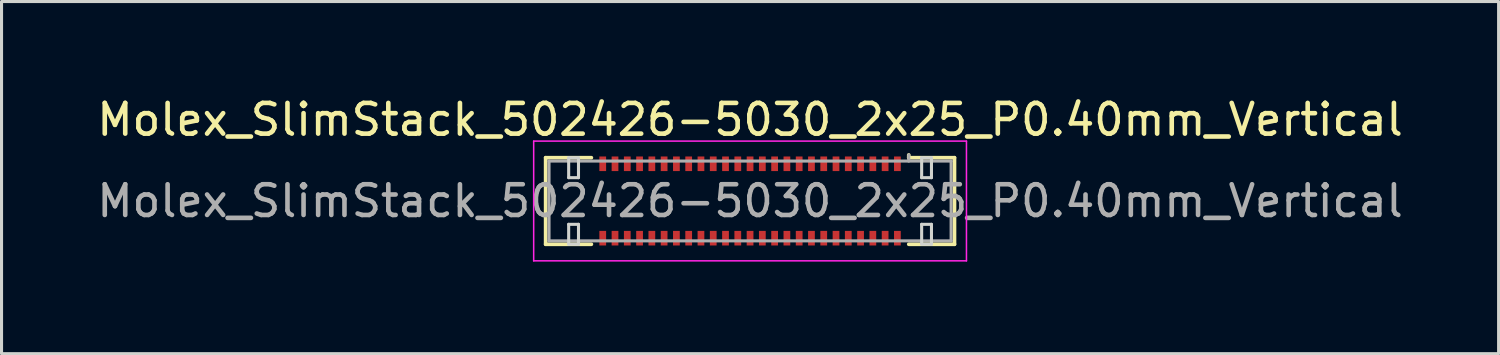
<source format=kicad_pcb>
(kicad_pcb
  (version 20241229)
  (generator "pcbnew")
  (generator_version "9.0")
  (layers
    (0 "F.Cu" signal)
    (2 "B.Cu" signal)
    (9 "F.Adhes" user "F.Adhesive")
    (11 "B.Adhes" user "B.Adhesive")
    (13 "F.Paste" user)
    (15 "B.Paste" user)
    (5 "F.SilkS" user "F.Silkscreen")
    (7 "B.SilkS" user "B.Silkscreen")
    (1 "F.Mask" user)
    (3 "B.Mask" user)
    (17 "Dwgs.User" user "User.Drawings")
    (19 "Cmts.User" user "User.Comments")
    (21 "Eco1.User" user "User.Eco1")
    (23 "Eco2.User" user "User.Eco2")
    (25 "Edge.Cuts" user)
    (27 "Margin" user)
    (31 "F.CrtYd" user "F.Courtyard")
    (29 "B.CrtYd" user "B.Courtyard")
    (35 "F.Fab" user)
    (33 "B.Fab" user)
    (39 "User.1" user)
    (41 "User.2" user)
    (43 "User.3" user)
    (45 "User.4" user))
  (footprint "Molex_SlimStack_502426-5030_2x25_P0.40mm_Vertical"
    (layer "F.Cu")
    (at 21.387 3.498)
    (property "Reference" "Molex_SlimStack_502426-5030_2x25_P0.40mm_Vertical" (at 0 -2.65 0) (layer "F.SilkS") (effects (font (size 1 1) (thickness 0.15))))
    (attr smd)
    (fp_line (start -6.66 -1.41) (end -5.17 -1.41) (stroke (width 0.12) (type solid)) (layer "F.SilkS"))
    (fp_line (start -6.66 1.41) (end -6.66 -1.41) (stroke (width 0.12) (type solid)) (layer "F.SilkS"))
    (fp_line (start -5.17 1.41) (end -6.66 1.41) (stroke (width 0.12) (type solid)) (layer "F.SilkS"))
    (fp_line (start 5.17 -1.41) (end 5.17 -1.5) (stroke (width 0.12) (type solid)) (layer "F.SilkS"))
    (fp_line (start 5.17 1.41) (end 6.66 1.41) (stroke (width 0.12) (type solid)) (layer "F.SilkS"))
    (fp_line (start 6.66 -1.41) (end 5.17 -1.41) (stroke (width 0.12) (type solid)) (layer "F.SilkS"))
    (fp_line (start 6.66 1.41) (end 6.66 -1.41) (stroke (width 0.12) (type solid)) (layer "F.SilkS"))
    (fp_line (start -5.91 -1.41) (end -5.91 -0.76) (stroke (width 0.1) (type solid)) (layer "Edge.Cuts"))
    (fp_line (start -5.91 -0.76) (end -5.59 -0.76) (stroke (width 0.1) (type solid)) (layer "Edge.Cuts"))
    (fp_line (start -5.91 0.76) (end -5.91 1.41) (stroke (width 0.1) (type solid)) (layer "Edge.Cuts"))
    (fp_line (start -5.91 1.41) (end -5.59 1.41) (stroke (width 0.1) (type solid)) (layer "Edge.Cuts"))
    (fp_line (start -5.59 -1.41) (end -5.91 -1.41) (stroke (width 0.1) (type solid)) (layer "Edge.Cuts"))
    (fp_line (start -5.59 -0.76) (end -5.59 -1.41) (stroke (width 0.1) (type solid)) (layer "Edge.Cuts"))
    (fp_line (start -5.59 0.76) (end -5.91 0.76) (stroke (width 0.1) (type solid)) (layer "Edge.Cuts"))
    (fp_line (start -5.59 1.41) (end -5.59 0.76) (stroke (width 0.1) (type solid)) (layer "Edge.Cuts"))
    (fp_line (start 5.59 -1.41) (end 5.59 -0.76) (stroke (width 0.1) (type solid)) (layer "Edge.Cuts"))
    (fp_line (start 5.59 -0.76) (end 5.91 -0.76) (stroke (width 0.1) (type solid)) (layer "Edge.Cuts"))
    (fp_line (start 5.59 0.76) (end 5.59 1.41) (stroke (width 0.1) (type solid)) (layer "Edge.Cuts"))
    (fp_line (start 5.59 1.41) (end 5.91 1.41) (stroke (width 0.1) (type solid)) (layer "Edge.Cuts"))
    (fp_line (start 5.91 -1.41) (end 5.59 -1.41) (stroke (width 0.1) (type solid)) (layer "Edge.Cuts"))
    (fp_line (start 5.91 -0.76) (end 5.91 -1.41) (stroke (width 0.1) (type solid)) (layer "Edge.Cuts"))
    (fp_line (start 5.91 0.76) (end 5.59 0.76) (stroke (width 0.1) (type solid)) (layer "Edge.Cuts"))
    (fp_line (start 5.91 1.41) (end 5.91 0.76) (stroke (width 0.1) (type solid)) (layer "Edge.Cuts"))
    (fp_line (start -7.05 -1.95) (end -7.05 1.95) (stroke (width 0.05) (type solid)) (layer "F.CrtYd"))
    (fp_line (start -7.05 1.95) (end 7.05 1.95) (stroke (width 0.05) (type solid)) (layer "F.CrtYd"))
    (fp_line (start 7.05 -1.95) (end -7.05 -1.95) (stroke (width 0.05) (type solid)) (layer "F.CrtYd"))
    (fp_line (start 7.05 1.95) (end 7.05 -1.95) (stroke (width 0.05) (type solid)) (layer "F.CrtYd"))
    (fp_line (start -6.55 -1.3) (end -6.55 1.3) (stroke (width 0.1) (type solid)) (layer "F.Fab"))
    (fp_line (start -6.55 1.3) (end 6.55 1.3) (stroke (width 0.1) (type solid)) (layer "F.Fab"))
    (fp_line (start 5.17 -1.3) (end 5.17 -1.5) (stroke (width 0.1) (type solid)) (layer "F.Fab"))
    (fp_line (start 6.55 -1.3) (end -6.55 -1.3) (stroke (width 0.1) (type solid)) (layer "F.Fab"))
    (fp_line (start 6.55 1.3) (end 6.55 -1.3) (stroke (width 0.1) (type solid)) (layer "F.Fab"))
    (fp_text user "${REFERENCE}" (at 0 0 0) (layer "F.Fab") (effects (font (size 1 1) (thickness 0.15))))
    (pad "1" smd rect (at 4.8 -1.212) (size 0.22 0.475) (layers "F.Cu" "F.Mask" "F.Paste"))
    (pad "2" smd rect (at 4.8 1.212) (size 0.22 0.475) (layers "F.Cu" "F.Mask" "F.Paste"))
    (pad "3" smd rect (at 4.4 -1.212) (size 0.22 0.475) (layers "F.Cu" "F.Mask" "F.Paste"))
    (pad "4" smd rect (at 4.4 1.212) (size 0.22 0.475) (layers "F.Cu" "F.Mask" "F.Paste"))
    (pad "5" smd rect (at 4 -1.212) (size 0.22 0.475) (layers "F.Cu" "F.Mask" "F.Paste"))
    (pad "6" smd rect (at 4 1.212) (size 0.22 0.475) (layers "F.Cu" "F.Mask" "F.Paste"))
    (pad "7" smd rect (at 3.6 -1.212) (size 0.22 0.475) (layers "F.Cu" "F.Mask" "F.Paste"))
    (pad "8" smd rect (at 3.6 1.212) (size 0.22 0.475) (layers "F.Cu" "F.Mask" "F.Paste"))
    (pad "9" smd rect (at 3.2 -1.212) (size 0.22 0.475) (layers "F.Cu" "F.Mask" "F.Paste"))
    (pad "10" smd rect (at 3.2 1.212) (size 0.22 0.475) (layers "F.Cu" "F.Mask" "F.Paste"))
    (pad "11" smd rect (at 2.8 -1.212) (size 0.22 0.475) (layers "F.Cu" "F.Mask" "F.Paste"))
    (pad "12" smd rect (at 2.8 1.212) (size 0.22 0.475) (layers "F.Cu" "F.Mask" "F.Paste"))
    (pad "13" smd rect (at 2.4 -1.212) (size 0.22 0.475) (layers "F.Cu" "F.Mask" "F.Paste"))
    (pad "14" smd rect (at 2.4 1.212) (size 0.22 0.475) (layers "F.Cu" "F.Mask" "F.Paste"))
    (pad "15" smd rect (at 2 -1.212) (size 0.22 0.475) (layers "F.Cu" "F.Mask" "F.Paste"))
    (pad "16" smd rect (at 2 1.212) (size 0.22 0.475) (layers "F.Cu" "F.Mask" "F.Paste"))
    (pad "17" smd rect (at 1.6 -1.212) (size 0.22 0.475) (layers "F.Cu" "F.Mask" "F.Paste"))
    (pad "18" smd rect (at 1.6 1.212) (size 0.22 0.475) (layers "F.Cu" "F.Mask" "F.Paste"))
    (pad "19" smd rect (at 1.2 -1.212) (size 0.22 0.475) (layers "F.Cu" "F.Mask" "F.Paste"))
    (pad "20" smd rect (at 1.2 1.212) (size 0.22 0.475) (layers "F.Cu" "F.Mask" "F.Paste"))
    (pad "21" smd rect (at 0.8 -1.212) (size 0.22 0.475) (layers "F.Cu" "F.Mask" "F.Paste"))
    (pad "22" smd rect (at 0.8 1.212) (size 0.22 0.475) (layers "F.Cu" "F.Mask" "F.Paste"))
    (pad "23" smd rect (at 0.4 -1.212) (size 0.22 0.475) (layers "F.Cu" "F.Mask" "F.Paste"))
    (pad "24" smd rect (at 0.4 1.212) (size 0.22 0.475) (layers "F.Cu" "F.Mask" "F.Paste"))
    (pad "25" smd rect (at 0 -1.212) (size 0.22 0.475) (layers "F.Cu" "F.Mask" "F.Paste"))
    (pad "26" smd rect (at 0 1.212) (size 0.22 0.475) (layers "F.Cu" "F.Mask" "F.Paste"))
    (pad "27" smd rect (at -0.4 -1.212) (size 0.22 0.475) (layers "F.Cu" "F.Mask" "F.Paste"))
    (pad "28" smd rect (at -0.4 1.212) (size 0.22 0.475) (layers "F.Cu" "F.Mask" "F.Paste"))
    (pad "29" smd rect (at -0.8 -1.212) (size 0.22 0.475) (layers "F.Cu" "F.Mask" "F.Paste"))
    (pad "30" smd rect (at -0.8 1.212) (size 0.22 0.475) (layers "F.Cu" "F.Mask" "F.Paste"))
    (pad "31" smd rect (at -1.2 -1.212) (size 0.22 0.475) (layers "F.Cu" "F.Mask" "F.Paste"))
    (pad "32" smd rect (at -1.2 1.212) (size 0.22 0.475) (layers "F.Cu" "F.Mask" "F.Paste"))
    (pad "33" smd rect (at -1.6 -1.212) (size 0.22 0.475) (layers "F.Cu" "F.Mask" "F.Paste"))
    (pad "34" smd rect (at -1.6 1.212) (size 0.22 0.475) (layers "F.Cu" "F.Mask" "F.Paste"))
    (pad "35" smd rect (at -2 -1.212) (size 0.22 0.475) (layers "F.Cu" "F.Mask" "F.Paste"))
    (pad "36" smd rect (at -2 1.212) (size 0.22 0.475) (layers "F.Cu" "F.Mask" "F.Paste"))
    (pad "37" smd rect (at -2.4 -1.212) (size 0.22 0.475) (layers "F.Cu" "F.Mask" "F.Paste"))
    (pad "38" smd rect (at -2.4 1.212) (size 0.22 0.475) (layers "F.Cu" "F.Mask" "F.Paste"))
    (pad "39" smd rect (at -2.8 -1.212) (size 0.22 0.475) (layers "F.Cu" "F.Mask" "F.Paste"))
    (pad "40" smd rect (at -2.8 1.212) (size 0.22 0.475) (layers "F.Cu" "F.Mask" "F.Paste"))
    (pad "41" smd rect (at -3.2 -1.212) (size 0.22 0.475) (layers "F.Cu" "F.Mask" "F.Paste"))
    (pad "42" smd rect (at -3.2 1.212) (size 0.22 0.475) (layers "F.Cu" "F.Mask" "F.Paste"))
    (pad "43" smd rect (at -3.6 -1.212) (size 0.22 0.475) (layers "F.Cu" "F.Mask" "F.Paste"))
    (pad "44" smd rect (at -3.6 1.212) (size 0.22 0.475) (layers "F.Cu" "F.Mask" "F.Paste"))
    (pad "45" smd rect (at -4 -1.212) (size 0.22 0.475) (layers "F.Cu" "F.Mask" "F.Paste"))
    (pad "46" smd rect (at -4 1.212) (size 0.22 0.475) (layers "F.Cu" "F.Mask" "F.Paste"))
    (pad "47" smd rect (at -4.4 -1.212) (size 0.22 0.475) (layers "F.Cu" "F.Mask" "F.Paste"))
    (pad "48" smd rect (at -4.4 1.212) (size 0.22 0.475) (layers "F.Cu" "F.Mask" "F.Paste"))
    (pad "49" smd rect (at -4.8 -1.212) (size 0.22 0.475) (layers "F.Cu" "F.Mask" "F.Paste"))
    (pad "50" smd rect (at -4.8 1.212) (size 0.22 0.475) (layers "F.Cu" "F.Mask" "F.Paste")))
  (gr_rect
    (start -3 -3)
    (end 45.774 8.473)
    (stroke (width 0.1) (type default))
    (fill no)
    (layer "Edge.Cuts")))
</source>
